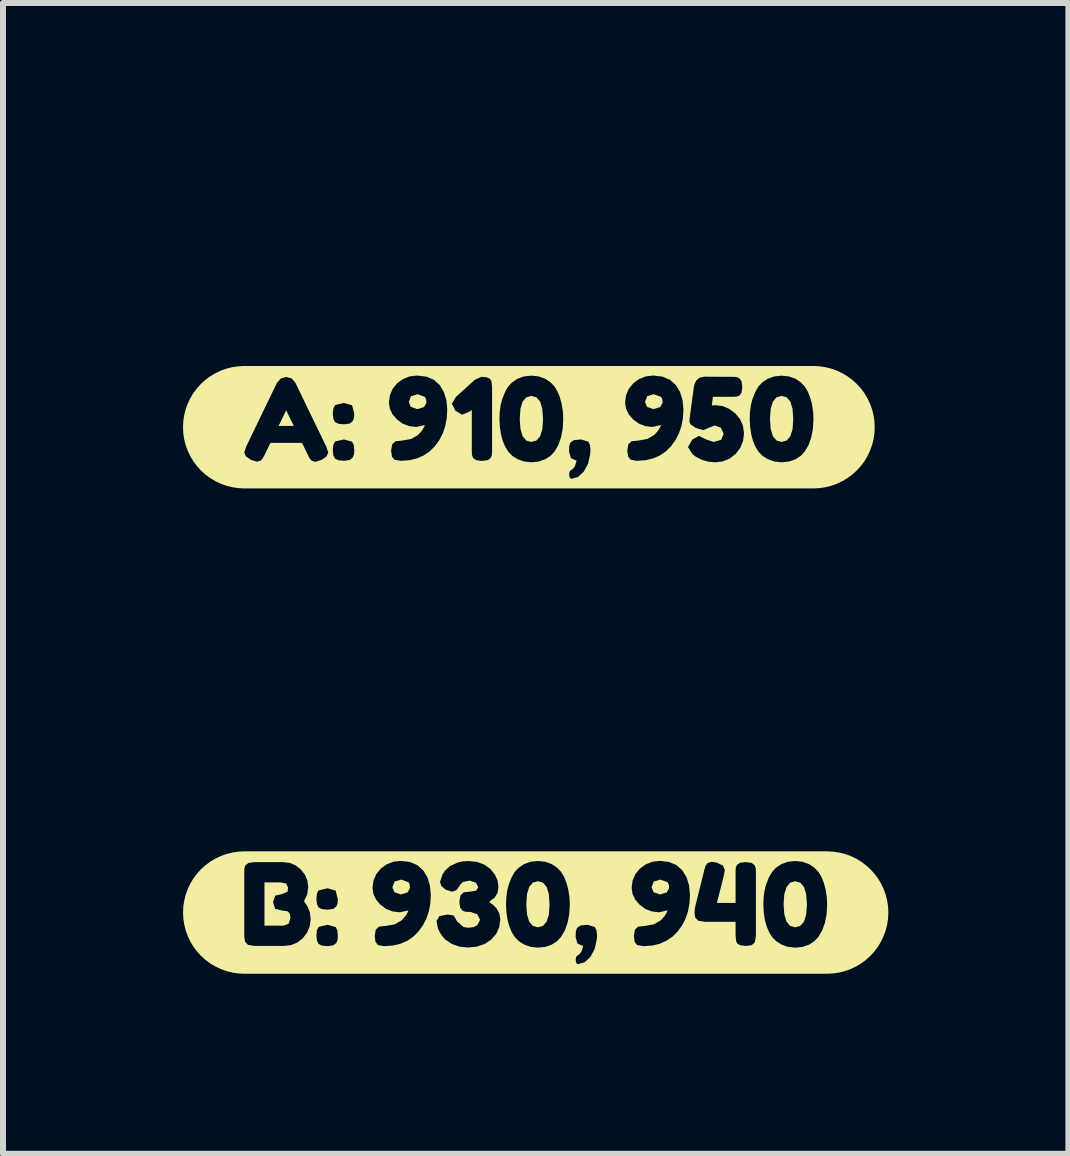
<source format=kicad_pcb>
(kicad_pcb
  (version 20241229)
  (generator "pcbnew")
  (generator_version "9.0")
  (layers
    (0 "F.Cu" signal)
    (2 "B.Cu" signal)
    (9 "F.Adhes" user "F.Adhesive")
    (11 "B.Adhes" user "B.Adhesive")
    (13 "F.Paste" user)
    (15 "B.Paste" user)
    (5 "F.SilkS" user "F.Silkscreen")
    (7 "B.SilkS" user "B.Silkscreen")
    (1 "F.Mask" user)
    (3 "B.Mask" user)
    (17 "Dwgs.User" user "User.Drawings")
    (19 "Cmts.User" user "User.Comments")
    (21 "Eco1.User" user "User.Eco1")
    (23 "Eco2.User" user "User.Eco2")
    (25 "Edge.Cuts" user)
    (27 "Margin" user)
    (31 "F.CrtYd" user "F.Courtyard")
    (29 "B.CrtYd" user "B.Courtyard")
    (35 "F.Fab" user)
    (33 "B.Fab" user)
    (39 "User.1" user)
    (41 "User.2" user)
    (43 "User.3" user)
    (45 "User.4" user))
  (footprint "kibuzzard-65BFE03F"
    (layer "F.Cu")
    (at 5.763 4.069)
    (property "Reference" "kibuzzard-65BFE03F" (at 0 -4.068 0) (layer "F.SilkS") (effects (font (size 0.001 0.001) (thickness 0.15))))
    (attr board_only exclude_from_pos_files exclude_from_bom)
    (fp_poly (pts (xy -4.044 -0.282) (xy -4.17 -0.021) (xy -3.917 -0.021) (xy -4.044 -0.282)) (stroke (width 0) (type solid)) (fill yes) (layer "F.SilkS"))
    (fp_poly (pts (xy -1.854 -0.549) (xy -1.964 -0.517) (xy -2 -0.421) (xy -1.967 -0.339) (xy -1.859 -0.301) (xy -1.746 -0.336) (xy -1.707 -0.407) (xy -1.712 -0.462) (xy -1.732 -0.505) (xy -1.854 -0.549)) (stroke (width 0) (type solid)) (fill yes) (layer "F.SilkS"))
    (fp_poly (pts (xy 2.082 -0.549) (xy 1.972 -0.517) (xy 1.935 -0.421) (xy 1.969 -0.339) (xy 2.076 -0.301) (xy 2.19 -0.336) (xy 2.229 -0.407) (xy 2.224 -0.462) (xy 2.204 -0.505) (xy 2.082 -0.549)) (stroke (width 0) (type solid)) (fill yes) (layer "F.SilkS"))
    (fp_poly (pts (xy 0.04 0.246) (xy 0.126 0.222) (xy 0.187 0.152) (xy 0.224 0.036) (xy 0.236 -0.128) (xy 0.236 -0.139) (xy 0.224 -0.307) (xy 0.188 -0.426) (xy 0.127 -0.498) (xy 0.042 -0.522) (xy -0.043 -0.498) (xy -0.104 -0.426) (xy -0.14 -0.306) (xy -0.152 -0.138) (xy -0.14 0.03) (xy -0.104 0.15) (xy -0.044 0.222) (xy 0.04 0.246)) (stroke (width 0) (type solid)) (fill yes) (layer "F.SilkS"))
    (fp_poly (pts (xy 4.21 0.246) (xy 4.296 0.222) (xy 4.357 0.152) (xy 4.394 0.036) (xy 4.406 -0.128) (xy 4.406 -0.139) (xy 4.394 -0.307) (xy 4.358 -0.426) (xy 4.297 -0.498) (xy 4.212 -0.522) (xy 4.127 -0.498) (xy 4.066 -0.426) (xy 4.03 -0.306) (xy 4.018 -0.138) (xy 4.03 0.03) (xy 4.066 0.15) (xy 4.126 0.222) (xy 4.21 0.246)) (stroke (width 0) (type solid)) (fill yes) (layer "F.SilkS"))
    (fp_poly (pts (xy -4.743 -1.02) (xy -4.744 -1.02) (xy -4.844 -1.015) (xy -4.943 -1) (xy -5.04 -0.976) (xy -5.134 -0.942) (xy -5.224 -0.899) (xy -5.31 -0.848) (xy -5.391 -0.788) (xy -5.465 -0.721) (xy -5.532 -0.647) (xy -5.592 -0.567) (xy -5.643 -0.481) (xy -5.686 -0.39) (xy -5.72 -0.296) (xy -5.744 -0.199) (xy -5.759 -0.1) (xy -5.763 0) (xy -5.759 0.1) (xy -5.744 0.199) (xy -5.72 0.296) (xy -5.686 0.39) (xy -5.643 0.481) (xy -5.592 0.567) (xy -5.532 0.647) (xy -5.465 0.721) (xy -5.391 0.788) (xy -5.31 0.848) (xy -5.224 0.899) (xy -5.134 0.942) (xy -5.04 0.976) (xy -4.943 1) (xy -4.844 1.015) (xy -4.744 1.02) (xy -4.743 1.02) (xy -3.556 1.02) (xy -3.556 0.577) (xy -3.617 0.56) (xy -3.651 0.524) (xy -3.68 0.467) (xy -3.78 0.261) (xy -4.307 0.261) (xy -4.406 0.467) (xy -4.436 0.522) (xy -4.47 0.557) (xy -4.531 0.575) (xy -4.633 0.543) (xy -4.716 0.486) (xy -4.743 0.421) (xy -4.711 0.324) (xy -4.197 -0.741) (xy -4.133 -0.812) (xy -4.042 -0.838) (xy -3.953 -0.813) (xy -3.89 -0.739) (xy -3.376 0.324) (xy -3.343 0.421) (xy -3.371 0.486) (xy -3.454 0.545) (xy -3.556 0.577) (xy -3.556 1.02) (xy -3.078 1.02) (xy -3.078 0.56) (xy -3.173 0.551) (xy -3.23 0.523) (xy -3.258 0.468) (xy -3.267 0.379) (xy -3.257 0.289) (xy -3.227 0.238) (xy -3.081 0.204) (xy -3.078 0.205) (xy -3.078 -0.048) (xy -3.173 -0.057) (xy -3.23 -0.085) (xy -3.258 -0.139) (xy -3.267 -0.229) (xy -3.257 -0.319) (xy -3.227 -0.37) (xy -3.081 -0.404) (xy -2.946 -0.366) (xy -2.909 -0.223) (xy -2.914 -0.155) (xy -2.934 -0.103) (xy -2.984 -0.061) (xy -3.078 -0.048) (xy -3.078 0.205) (xy -2.946 0.241) (xy -2.918 0.296) (xy -2.909 0.385) (xy -2.914 0.452) (xy -2.934 0.505) (xy -2.984 0.546) (xy -3.078 0.56) (xy -3.078 1.02) (xy -2.128 1.02) (xy -2.128 0.56) (xy -2.139 0.56) (xy -2.242 0.541) (xy -2.282 0.487) (xy -2.296 0.391) (xy -2.277 0.285) (xy -2.223 0.234) (xy -2.113 0.223) (xy -1.961 0.196) (xy -1.848 0.131) (xy -1.781 0.057) (xy -1.743 -0.01) (xy -1.734 -0.036) (xy -1.876 -0.004) (xy -1.995 -0.018) (xy -2.102 -0.059) (xy -2.197 -0.129) (xy -2.272 -0.215) (xy -2.317 -0.309) (xy -2.332 -0.41) (xy -2.316 -0.531) (xy -2.271 -0.638) (xy -2.195 -0.732) (xy -2.097 -0.803) (xy -1.985 -0.847) (xy -1.861 -0.861) (xy -1.709 -0.843) (xy -1.583 -0.79) (xy -1.486 -0.702) (xy -1.416 -0.586) (xy -1.374 -0.449) (xy -1.36 -0.291) (xy -1.368 -0.151) (xy -1.393 -0.02) (xy -1.434 0.102) (xy -1.492 0.214) (xy -1.566 0.316) (xy -1.654 0.404) (xy -1.755 0.472) (xy -1.867 0.521) (xy -1.991 0.55) (xy -2.128 0.56) (xy -2.128 1.02) (xy -0.783 1.02) (xy -0.783 0.562) (xy -0.879 0.55) (xy -0.93 0.512) (xy -0.948 0.46) (xy -0.951 0.391) (xy -0.951 -0.29) (xy -0.975 -0.267) (xy -1.109 -0.208) (xy -1.224 -0.274) (xy -1.284 -0.392) (xy -1.215 -0.505) (xy -0.903 -0.787) (xy -0.897 -0.791) (xy -0.79 -0.84) (xy -0.699 -0.831) (xy -0.65 -0.809) (xy -0.623 -0.768) (xy -0.613 -0.667) (xy -0.613 0.394) (xy -0.616 0.46) (xy -0.634 0.511) (xy -0.685 0.549) (xy -0.783 0.562) (xy -0.783 1.02) (xy 0.044 1.02) (xy 0.044 0.585) (xy -0.078 0.572) (xy -0.186 0.534) (xy -0.275 0.478) (xy -0.342 0.41) (xy -0.393 0.328) (xy -0.434 0.232) (xy -0.465 0.118) (xy -0.483 -0.006) (xy -0.49 -0.139) (xy -0.485 -0.26) (xy -0.47 -0.369) (xy -0.445 -0.465) (xy -0.397 -0.586) (xy -0.345 -0.677) (xy -0.278 -0.748) (xy -0.19 -0.807) (xy -0.082 -0.846) (xy 0.042 -0.859) (xy 0.165 -0.846) (xy 0.271 -0.808) (xy 0.359 -0.75) (xy 0.426 -0.68) (xy 0.476 -0.597) (xy 0.516 -0.501) (xy 0.548 -0.384) (xy 0.567 -0.263) (xy 0.573 -0.137) (xy 0.564 0.026) (xy 0.536 0.172) (xy 0.49 0.3) (xy 0.425 0.41) (xy 0.359 0.479) (xy 0.271 0.535) (xy 0.165 0.572) (xy 0.044 0.585) (xy 0.044 1.02) (xy 0.705 1.02) (xy 0.705 0.861) (xy 0.681 0.841) (xy 0.671 0.79) (xy 0.679 0.739) (xy 0.701 0.715) (xy 0.729 0.7) (xy 0.768 0.65) (xy 0.796 0.558) (xy 0.702 0.517) (xy 0.67 0.409) (xy 0.673 0.311) (xy 0.692 0.259) (xy 0.747 0.216) (xy 0.869 0.204) (xy 0.99 0.241) (xy 1.018 0.296) (xy 1.027 0.385) (xy 1.021 0.459) (xy 0.986 0.611) (xy 0.914 0.741) (xy 0.817 0.831) (xy 0.705 0.861) (xy 0.705 1.02) (xy 1.808 1.02) (xy 1.808 0.56) (xy 1.796 0.56) (xy 1.694 0.541) (xy 1.654 0.487) (xy 1.64 0.391) (xy 1.658 0.285) (xy 1.713 0.234) (xy 1.823 0.223) (xy 1.975 0.196) (xy 2.088 0.131) (xy 2.155 0.057) (xy 2.193 -0.01) (xy 2.202 -0.036) (xy 2.059 -0.004) (xy 1.941 -0.018) (xy 1.834 -0.059) (xy 1.738 -0.129) (xy 1.664 -0.215) (xy 1.619 -0.309) (xy 1.604 -0.41) (xy 1.619 -0.531) (xy 1.665 -0.638) (xy 1.741 -0.732) (xy 1.839 -0.803) (xy 1.95 -0.847) (xy 2.075 -0.861) (xy 2.227 -0.843) (xy 2.352 -0.79) (xy 2.45 -0.702) (xy 2.52 -0.586) (xy 2.562 -0.449) (xy 2.576 -0.291) (xy 2.567 -0.151) (xy 2.543 -0.02) (xy 2.501 0.102) (xy 2.444 0.214) (xy 2.37 0.316) (xy 2.282 0.404) (xy 2.181 0.472) (xy 2.069 0.521) (xy 1.944 0.55) (xy 1.808 0.56) (xy 1.808 1.02) (xy 3.107 1.02) (xy 3.107 0.585) (xy 2.993 0.575) (xy 2.886 0.545) (xy 2.787 0.495) (xy 2.739 0.459) (xy 2.724 0.446) (xy 2.652 0.331) (xy 2.722 0.208) (xy 2.833 0.145) (xy 2.96 0.206) (xy 3.079 0.246) (xy 3.205 0.21) (xy 3.246 0.11) (xy 3.201 0.009) (xy 3.099 -0.029) (xy 3.008 0.006) (xy 2.904 0.05) (xy 2.784 0.013) (xy 2.696 -0.045) (xy 2.675 -0.091) (xy 2.684 -0.18) (xy 2.713 -0.398) (xy 2.742 -0.612) (xy 2.753 -0.692) (xy 2.766 -0.732) (xy 2.794 -0.783) (xy 2.843 -0.824) (xy 2.92 -0.842) (xy 3.21 -0.84) (xy 3.389 -0.84) (xy 3.456 -0.837) (xy 3.505 -0.819) (xy 3.544 -0.768) (xy 3.557 -0.667) (xy 3.545 -0.575) (xy 3.509 -0.528) (xy 3.462 -0.51) (xy 3.4 -0.507) (xy 3.067 -0.507) (xy 3.048 -0.362) (xy 3.115 -0.366) (xy 3.231 -0.351) (xy 3.34 -0.305) (xy 3.44 -0.23) (xy 3.521 -0.132) (xy 3.569 -0.021) (xy 3.585 0.104) (xy 3.57 0.229) (xy 3.524 0.342) (xy 3.448 0.443) (xy 3.349 0.522) (xy 3.236 0.569) (xy 3.107 0.585) (xy 3.107 1.02) (xy 4.214 1.02) (xy 4.214 0.585) (xy 4.092 0.572) (xy 3.984 0.534) (xy 3.895 0.478) (xy 3.828 0.41) (xy 3.777 0.328) (xy 3.736 0.232) (xy 3.705 0.118) (xy 3.687 -0.006) (xy 3.68 -0.139) (xy 3.685 -0.26) (xy 3.7 -0.369) (xy 3.725 -0.465) (xy 3.773 -0.586) (xy 3.825 -0.677) (xy 3.892 -0.748) (xy 3.98 -0.807) (xy 4.088 -0.846) (xy 4.212 -0.859) (xy 4.335 -0.846) (xy 4.442 -0.808) (xy 4.529 -0.75) (xy 4.596 -0.68) (xy 4.647 -0.597) (xy 4.686 -0.501) (xy 4.718 -0.384) (xy 4.737 -0.263) (xy 4.743 -0.137) (xy 4.734 0.026) (xy 4.706 0.172) (xy 4.66 0.3) (xy 4.595 0.41) (xy 4.529 0.479) (xy 4.442 0.535) (xy 4.336 0.572) (xy 4.214 0.585) (xy 4.214 1.02) (xy 4.743 1.02) (xy 4.744 1.02) (xy 4.844 1.015) (xy 4.943 1) (xy 5.04 0.976) (xy 5.134 0.942) (xy 5.224 0.899) (xy 5.31 0.848) (xy 5.391 0.788) (xy 5.465 0.721) (xy 5.532 0.647) (xy 5.592 0.567) (xy 5.643 0.481) (xy 5.686 0.39) (xy 5.72 0.296) (xy 5.744 0.199) (xy 5.759 0.1) (xy 5.763 0) (xy 5.759 -0.1) (xy 5.744 -0.199) (xy 5.72 -0.296) (xy 5.686 -0.39) (xy 5.643 -0.481) (xy 5.592 -0.567) (xy 5.532 -0.647) (xy 5.465 -0.721) (xy 5.391 -0.788) (xy 5.31 -0.848) (xy 5.224 -0.899) (xy 5.134 -0.942) (xy 5.04 -0.976) (xy 4.943 -1) (xy 4.844 -1.015) (xy 4.744 -1.02) (xy 4.743 -1.02) (xy -4.743 -1.02)) (stroke (width 0) (type solid)) (fill yes) (layer "F.SilkS")))
  (footprint "kibuzzard-65BFE052"
    (layer "F.Cu")
    (at 5.877 12.157)
    (property "Reference" "kibuzzard-65BFE052" (at 0 -4.068 0) (layer "F.SilkS") (effects (font (size 0.001 0.001) (thickness 0.15))))
    (attr board_only exclude_from_pos_files exclude_from_bom)
    (fp_poly (pts (xy -2.241 -0.549) (xy -2.351 -0.517) (xy -2.388 -0.421) (xy -2.355 -0.339) (xy -2.247 -0.301) (xy -2.134 -0.336) (xy -2.095 -0.407) (xy -2.099 -0.462) (xy -2.119 -0.505) (xy -2.241 -0.549)) (stroke (width 0) (type solid)) (fill yes) (layer "F.SilkS"))
    (fp_poly (pts (xy 2.077 -0.549) (xy 1.967 -0.517) (xy 1.931 -0.421) (xy 1.964 -0.339) (xy 2.072 -0.301) (xy 2.185 -0.336) (xy 2.224 -0.407) (xy 2.219 -0.462) (xy 2.199 -0.505) (xy 2.077 -0.549)) (stroke (width 0) (type solid)) (fill yes) (layer "F.SilkS"))
    (fp_poly (pts (xy -4.087 0.09) (xy -4.098 0.017) (xy -4.133 -0.021) (xy -4.24 -0.036) (xy -4.342 -0.063) (xy -4.377 -0.172) (xy -4.341 -0.282) (xy -4.224 -0.309) (xy -4.133 -0.349) (xy -4.127 -0.417) (xy -4.159 -0.484) (xy -4.253 -0.503) (xy -4.52 -0.503) (xy -4.52 0.219) (xy -4.207 0.219) (xy -4.117 0.187) (xy -4.087 0.09)) (stroke (width 0) (type solid)) (fill yes) (layer "F.SilkS"))
    (fp_poly (pts (xy 0.035 0.246) (xy 0.121 0.222) (xy 0.182 0.152) (xy 0.219 0.036) (xy 0.231 -0.128) (xy 0.231 -0.139) (xy 0.219 -0.307) (xy 0.183 -0.426) (xy 0.122 -0.498) (xy 0.037 -0.522) (xy -0.048 -0.498) (xy -0.109 -0.426) (xy -0.145 -0.306) (xy -0.157 -0.138) (xy -0.145 0.03) (xy -0.109 0.15) (xy -0.049 0.222) (xy 0.035 0.246)) (stroke (width 0) (type solid)) (fill yes) (layer "F.SilkS"))
    (fp_poly (pts (xy 4.323 0.246) (xy 4.409 0.222) (xy 4.471 0.152) (xy 4.507 0.036) (xy 4.52 -0.128) (xy 4.52 -0.139) (xy 4.507 -0.307) (xy 4.471 -0.426) (xy 4.41 -0.498) (xy 4.325 -0.522) (xy 4.24 -0.498) (xy 4.18 -0.426) (xy 4.143 -0.306) (xy 4.131 -0.138) (xy 4.143 0.03) (xy 4.179 0.15) (xy 4.239 0.222) (xy 4.323 0.246)) (stroke (width 0) (type solid)) (fill yes) (layer "F.SilkS"))
    (fp_poly (pts (xy -4.857 -1.02) (xy -4.857 -1.02) (xy -4.957 -1.015) (xy -5.056 -1) (xy -5.153 -0.976) (xy -5.247 -0.942) (xy -5.338 -0.899) (xy -5.424 -0.848) (xy -5.504 -0.788) (xy -5.578 -0.721) (xy -5.645 -0.647) (xy -5.705 -0.567) (xy -5.756 -0.481) (xy -5.799 -0.39) (xy -5.833 -0.296) (xy -5.857 -0.199) (xy -5.872 -0.1) (xy -5.877 0) (xy -5.872 0.1) (xy -5.857 0.199) (xy -5.833 0.296) (xy -5.799 0.39) (xy -5.756 0.481) (xy -5.705 0.567) (xy -5.645 0.647) (xy -5.578 0.721) (xy -5.504 0.788) (xy -5.424 0.848) (xy -5.338 0.899) (xy -5.247 0.942) (xy -5.153 0.976) (xy -5.056 1) (xy -4.957 1.015) (xy -4.857 1.02) (xy -4.857 1.02) (xy -4.188 1.02) (xy -4.188 0.556) (xy -4.689 0.556) (xy -4.795 0.538) (xy -4.845 0.484) (xy -4.857 0.385) (xy -4.857 -0.672) (xy -4.854 -0.739) (xy -4.836 -0.789) (xy -4.785 -0.827) (xy -4.687 -0.84) (xy -4.207 -0.84) (xy -4.097 -0.827) (xy -3.999 -0.786) (xy -3.914 -0.718) (xy -3.845 -0.63) (xy -3.804 -0.531) (xy -3.79 -0.421) (xy -3.808 -0.301) (xy -3.862 -0.191) (xy -3.8 -0.098) (xy -3.762 0.002) (xy -3.75 0.109) (xy -3.766 0.229) (xy -3.81 0.335) (xy -3.88 0.428) (xy -3.971 0.499) (xy -4.074 0.542) (xy -4.188 0.556) (xy -4.188 1.02) (xy -3.465 1.02) (xy -3.465 0.56) (xy -3.561 0.551) (xy -3.618 0.523) (xy -3.645 0.468) (xy -3.655 0.379) (xy -3.645 0.289) (xy -3.615 0.238) (xy -3.469 0.204) (xy -3.465 0.205) (xy -3.465 -0.048) (xy -3.561 -0.057) (xy -3.618 -0.085) (xy -3.645 -0.139) (xy -3.655 -0.229) (xy -3.645 -0.319) (xy -3.615 -0.37) (xy -3.469 -0.404) (xy -3.334 -0.366) (xy -3.297 -0.223) (xy -3.301 -0.155) (xy -3.321 -0.103) (xy -3.372 -0.061) (xy -3.465 -0.048) (xy -3.465 0.205) (xy -3.334 0.241) (xy -3.306 0.296) (xy -3.297 0.385) (xy -3.301 0.452) (xy -3.321 0.505) (xy -3.372 0.546) (xy -3.465 0.56) (xy -3.465 1.02) (xy -2.516 1.02) (xy -2.516 0.56) (xy -2.527 0.56) (xy -2.63 0.541) (xy -2.67 0.487) (xy -2.683 0.391) (xy -2.665 0.285) (xy -2.611 0.234) (xy -2.5 0.223) (xy -2.349 0.196) (xy -2.236 0.131) (xy -2.168 0.057) (xy -2.131 -0.01) (xy -2.121 -0.036) (xy -2.264 -0.004) (xy -2.383 -0.018) (xy -2.49 -0.059) (xy -2.585 -0.129) (xy -2.66 -0.215) (xy -2.704 -0.309) (xy -2.719 -0.41) (xy -2.704 -0.531) (xy -2.658 -0.638) (xy -2.582 -0.732) (xy -2.484 -0.803) (xy -2.373 -0.847) (xy -2.249 -0.861) (xy -2.096 -0.843) (xy -1.971 -0.79) (xy -1.874 -0.702) (xy -1.804 -0.586) (xy -1.762 -0.449) (xy -1.748 -0.291) (xy -1.756 -0.151) (xy -1.781 -0.02) (xy -1.822 0.102) (xy -1.88 0.214) (xy -1.954 0.316) (xy -2.042 0.404) (xy -2.142 0.472) (xy -2.255 0.521) (xy -2.379 0.55) (xy -2.516 0.56) (xy -2.516 1.02) (xy -1.125 1.02) (xy -1.125 0.583) (xy -1.269 0.568) (xy -1.396 0.524) (xy -1.506 0.45) (xy -1.56 0.39) (xy -1.607 0.314) (xy -1.628 0.265) (xy -1.632 0.246) (xy -1.653 0.143) (xy -1.606 0.06) (xy -1.466 0.032) (xy -1.365 0.051) (xy -1.308 0.15) (xy -1.203 0.242) (xy -1.123 0.253) (xy -1.035 0.243) (xy -0.974 0.212) (xy -0.927 0.12) (xy -0.973 0.03) (xy -1.084 -0.01) (xy -1.171 -0.013) (xy -1.22 -0.032) (xy -1.259 -0.081) (xy -1.272 -0.179) (xy -1.254 -0.285) (xy -1.201 -0.337) (xy -1.102 -0.347) (xy -0.993 -0.365) (xy -0.957 -0.421) (xy -0.995 -0.497) (xy -1.101 -0.533) (xy -1.209 -0.511) (xy -1.258 -0.465) (xy -1.27 -0.442) (xy -1.323 -0.371) (xy -1.395 -0.347) (xy -1.5 -0.381) (xy -1.572 -0.441) (xy -1.595 -0.509) (xy -1.552 -0.638) (xy -1.51 -0.698) (xy -1.431 -0.773) (xy -1.305 -0.832) (xy -1.219 -0.852) (xy -1.125 -0.859) (xy -0.98 -0.844) (xy -0.857 -0.8) (xy -0.755 -0.726) (xy -0.68 -0.633) (xy -0.635 -0.533) (xy -0.62 -0.426) (xy -0.637 -0.325) (xy -0.686 -0.245) (xy -0.769 -0.185) (xy -0.769 -0.171) (xy -0.712 -0.13) (xy -0.652 -0.069) (xy -0.605 0.017) (xy -0.59 0.114) (xy -0.607 0.242) (xy -0.657 0.354) (xy -0.742 0.451) (xy -0.852 0.524) (xy -0.98 0.568) (xy -1.125 0.583) (xy -1.125 1.02) (xy 0.039 1.02) (xy 0.039 0.585) (xy -0.083 0.572) (xy -0.191 0.534) (xy -0.28 0.478) (xy -0.347 0.41) (xy -0.398 0.328) (xy -0.439 0.232) (xy -0.47 0.118) (xy -0.488 -0.006) (xy -0.494 -0.139) (xy -0.489 -0.26) (xy -0.474 -0.369) (xy -0.45 -0.465) (xy -0.402 -0.586) (xy -0.35 -0.677) (xy -0.283 -0.748) (xy -0.194 -0.807) (xy -0.086 -0.846) (xy 0.037 -0.859) (xy 0.16 -0.846) (xy 0.267 -0.808) (xy 0.354 -0.75) (xy 0.421 -0.68) (xy 0.472 -0.597) (xy 0.511 -0.501) (xy 0.543 -0.384) (xy 0.562 -0.263) (xy 0.569 -0.137) (xy 0.559 0.026) (xy 0.531 0.172) (xy 0.485 0.3) (xy 0.42 0.41) (xy 0.354 0.479) (xy 0.267 0.535) (xy 0.161 0.572) (xy 0.039 0.585) (xy 0.039 1.02) (xy 0.7 1.02) (xy 0.7 0.861) (xy 0.676 0.841) (xy 0.666 0.79) (xy 0.674 0.739) (xy 0.696 0.715) (xy 0.724 0.7) (xy 0.763 0.65) (xy 0.792 0.558) (xy 0.697 0.517) (xy 0.665 0.409) (xy 0.669 0.311) (xy 0.688 0.259) (xy 0.742 0.216) (xy 0.864 0.204) (xy 0.985 0.241) (xy 1.013 0.296) (xy 1.022 0.385) (xy 1.016 0.459) (xy 0.981 0.611) (xy 0.91 0.741) (xy 0.812 0.831) (xy 0.7 0.861) (xy 0.7 1.02) (xy 1.803 1.02) (xy 1.803 0.56) (xy 1.792 0.56) (xy 1.689 0.541) (xy 1.649 0.487) (xy 1.635 0.391) (xy 1.654 0.285) (xy 1.708 0.234) (xy 1.818 0.223) (xy 1.97 0.196) (xy 2.083 0.131) (xy 2.15 0.057) (xy 2.188 -0.01) (xy 2.197 -0.036) (xy 2.055 -0.004) (xy 1.936 -0.018) (xy 1.829 -0.059) (xy 1.734 -0.129) (xy 1.659 -0.215) (xy 1.614 -0.309) (xy 1.599 -0.41) (xy 1.614 -0.531) (xy 1.66 -0.638) (xy 1.736 -0.732) (xy 1.834 -0.803) (xy 1.946 -0.847) (xy 2.07 -0.861) (xy 2.222 -0.843) (xy 2.347 -0.79) (xy 2.445 -0.702) (xy 2.515 -0.586) (xy 2.557 -0.449) (xy 2.571 -0.291) (xy 2.563 -0.151) (xy 2.538 -0.02) (xy 2.497 0.102) (xy 2.439 0.214) (xy 2.365 0.316) (xy 2.277 0.404) (xy 2.176 0.472) (xy 2.064 0.521) (xy 1.94 0.55) (xy 1.803 0.56) (xy 1.803 1.02) (xy 3.504 1.02) (xy 3.504 0.556) (xy 3.417 0.547) (xy 3.367 0.524) (xy 3.342 0.486) (xy 3.331 0.387) (xy 3.331 0.154) (xy 2.815 0.154) (xy 2.708 0.136) (xy 2.657 0.082) (xy 2.647 0) (xy 2.653 -0.076) (xy 2.811 -0.714) (xy 2.831 -0.781) (xy 2.865 -0.825) (xy 2.931 -0.846) (xy 3.018 -0.832) (xy 3.118 -0.784) (xy 3.152 -0.711) (xy 3.138 -0.631) (xy 3.137 -0.625) (xy 3.02 -0.16) (xy 3.331 -0.16) (xy 3.331 -0.68) (xy 3.334 -0.745) (xy 3.352 -0.792) (xy 3.404 -0.83) (xy 3.501 -0.84) (xy 3.598 -0.828) (xy 3.649 -0.788) (xy 3.667 -0.737) (xy 3.67 -0.671) (xy 3.67 0.389) (xy 3.652 0.498) (xy 3.597 0.545) (xy 3.504 0.556) (xy 3.504 1.02) (xy 4.327 1.02) (xy 4.327 0.585) (xy 4.205 0.572) (xy 4.098 0.534) (xy 4.009 0.478) (xy 3.941 0.41) (xy 3.89 0.328) (xy 3.849 0.232) (xy 3.818 0.118) (xy 3.8 -0.006) (xy 3.794 -0.139) (xy 3.799 -0.26) (xy 3.814 -0.369) (xy 3.839 -0.465) (xy 3.886 -0.586) (xy 3.939 -0.677) (xy 4.005 -0.748) (xy 4.094 -0.807) (xy 4.202 -0.846) (xy 4.325 -0.859) (xy 4.448 -0.846) (xy 4.555 -0.808) (xy 4.642 -0.75) (xy 4.709 -0.68) (xy 4.76 -0.597) (xy 4.8 -0.501) (xy 4.831 -0.384) (xy 4.85 -0.263) (xy 4.857 -0.137) (xy 4.848 0.026) (xy 4.82 0.172) (xy 4.773 0.3) (xy 4.708 0.41) (xy 4.642 0.479) (xy 4.555 0.535) (xy 4.449 0.572) (xy 4.327 0.585) (xy 4.327 1.02) (xy 4.857 1.02) (xy 4.857 1.02) (xy 4.957 1.015) (xy 5.056 1) (xy 5.153 0.976) (xy 5.247 0.942) (xy 5.338 0.899) (xy 5.424 0.848) (xy 5.504 0.788) (xy 5.578 0.721) (xy 5.645 0.647) (xy 5.705 0.567) (xy 5.756 0.481) (xy 5.799 0.39) (xy 5.833 0.296) (xy 5.857 0.199) (xy 5.872 0.1) (xy 5.877 0) (xy 5.872 -0.1) (xy 5.857 -0.199) (xy 5.833 -0.296) (xy 5.799 -0.39) (xy 5.756 -0.481) (xy 5.705 -0.567) (xy 5.645 -0.647) (xy 5.578 -0.721) (xy 5.504 -0.788) (xy 5.424 -0.848) (xy 5.338 -0.899) (xy 5.247 -0.942) (xy 5.153 -0.976) (xy 5.056 -1) (xy 4.957 -1.015) (xy 4.857 -1.02) (xy 4.857 -1.02) (xy -4.857 -1.02)) (stroke (width 0) (type solid)) (fill yes) (layer "F.SilkS")))
  (gr_rect
    (start -3 -3)
    (end 14.754 16.177)
    (stroke (width 0.1) (type default))
    (fill no)
    (layer "Edge.Cuts")))
</source>
